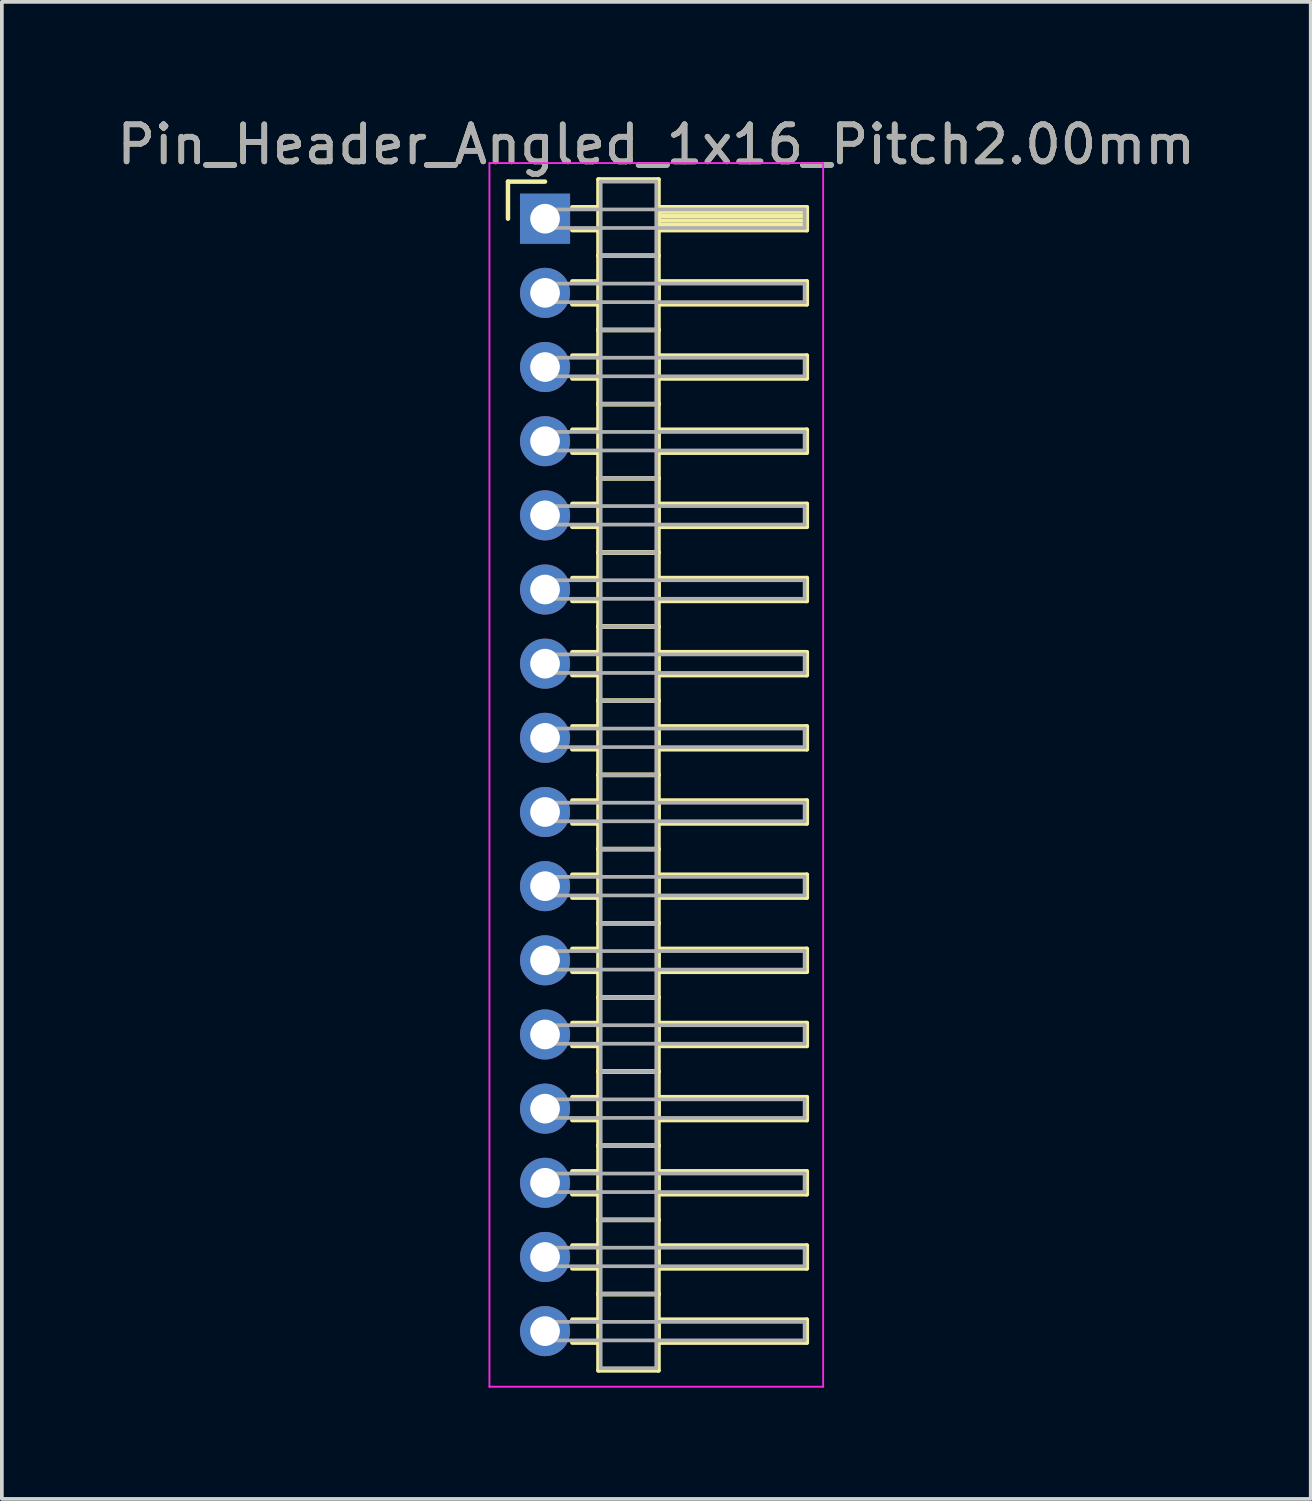
<source format=kicad_pcb>
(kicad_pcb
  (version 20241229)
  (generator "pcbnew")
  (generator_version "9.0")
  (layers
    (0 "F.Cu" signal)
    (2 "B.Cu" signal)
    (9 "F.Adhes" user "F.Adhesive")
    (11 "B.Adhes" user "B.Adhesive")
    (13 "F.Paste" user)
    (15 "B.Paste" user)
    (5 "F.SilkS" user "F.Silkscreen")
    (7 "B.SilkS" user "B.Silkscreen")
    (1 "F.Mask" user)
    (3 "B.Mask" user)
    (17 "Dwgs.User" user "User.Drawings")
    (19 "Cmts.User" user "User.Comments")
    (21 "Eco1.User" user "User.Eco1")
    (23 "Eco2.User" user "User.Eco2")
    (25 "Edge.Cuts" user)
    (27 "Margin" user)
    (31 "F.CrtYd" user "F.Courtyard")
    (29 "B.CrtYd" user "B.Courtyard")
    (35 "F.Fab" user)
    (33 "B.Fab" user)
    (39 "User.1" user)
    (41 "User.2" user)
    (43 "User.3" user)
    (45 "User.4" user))
  (footprint "Pin_Header_Angled_1x16_Pitch2.00mm"
    (layer "F.Cu")
    (at 11.649 2.848)
    (property "Reference" "Pin_Header_Angled_1x16_Pitch2.00mm" (at 3 -2 0) (layer "F.SilkS") (effects (font (size 1 1) (thickness 0.15))))
    (attr through_hole)
    (fp_line (start -1 -1) (end 0 -1) (stroke (width 0.12) (type solid)) (layer "F.SilkS"))
    (fp_line (start -1 0) (end -1 -1) (stroke (width 0.12) (type solid)) (layer "F.SilkS"))
    (fp_line (start 0.735 -0.31) (end 1.44 -0.31) (stroke (width 0.12) (type solid)) (layer "F.SilkS"))
    (fp_line (start 0.735 0.31) (end 1.44 0.31) (stroke (width 0.12) (type solid)) (layer "F.SilkS"))
    (fp_line (start 0.735 1.69) (end 1.44 1.69) (stroke (width 0.12) (type solid)) (layer "F.SilkS"))
    (fp_line (start 0.735 2.31) (end 1.44 2.31) (stroke (width 0.12) (type solid)) (layer "F.SilkS"))
    (fp_line (start 0.735 3.69) (end 1.44 3.69) (stroke (width 0.12) (type solid)) (layer "F.SilkS"))
    (fp_line (start 0.735 4.31) (end 1.44 4.31) (stroke (width 0.12) (type solid)) (layer "F.SilkS"))
    (fp_line (start 0.735 5.69) (end 1.44 5.69) (stroke (width 0.12) (type solid)) (layer "F.SilkS"))
    (fp_line (start 0.735 6.31) (end 1.44 6.31) (stroke (width 0.12) (type solid)) (layer "F.SilkS"))
    (fp_line (start 0.735 7.69) (end 1.44 7.69) (stroke (width 0.12) (type solid)) (layer "F.SilkS"))
    (fp_line (start 0.735 8.31) (end 1.44 8.31) (stroke (width 0.12) (type solid)) (layer "F.SilkS"))
    (fp_line (start 0.735 9.69) (end 1.44 9.69) (stroke (width 0.12) (type solid)) (layer "F.SilkS"))
    (fp_line (start 0.735 10.31) (end 1.44 10.31) (stroke (width 0.12) (type solid)) (layer "F.SilkS"))
    (fp_line (start 0.735 11.69) (end 1.44 11.69) (stroke (width 0.12) (type solid)) (layer "F.SilkS"))
    (fp_line (start 0.735 12.31) (end 1.44 12.31) (stroke (width 0.12) (type solid)) (layer "F.SilkS"))
    (fp_line (start 0.735 13.69) (end 1.44 13.69) (stroke (width 0.12) (type solid)) (layer "F.SilkS"))
    (fp_line (start 0.735 14.31) (end 1.44 14.31) (stroke (width 0.12) (type solid)) (layer "F.SilkS"))
    (fp_line (start 0.735 15.69) (end 1.44 15.69) (stroke (width 0.12) (type solid)) (layer "F.SilkS"))
    (fp_line (start 0.735 16.31) (end 1.44 16.31) (stroke (width 0.12) (type solid)) (layer "F.SilkS"))
    (fp_line (start 0.735 17.69) (end 1.44 17.69) (stroke (width 0.12) (type solid)) (layer "F.SilkS"))
    (fp_line (start 0.735 18.31) (end 1.44 18.31) (stroke (width 0.12) (type solid)) (layer "F.SilkS"))
    (fp_line (start 0.735 19.69) (end 1.44 19.69) (stroke (width 0.12) (type solid)) (layer "F.SilkS"))
    (fp_line (start 0.735 20.31) (end 1.44 20.31) (stroke (width 0.12) (type solid)) (layer "F.SilkS"))
    (fp_line (start 0.735 21.69) (end 1.44 21.69) (stroke (width 0.12) (type solid)) (layer "F.SilkS"))
    (fp_line (start 0.735 22.31) (end 1.44 22.31) (stroke (width 0.12) (type solid)) (layer "F.SilkS"))
    (fp_line (start 0.735 23.69) (end 1.44 23.69) (stroke (width 0.12) (type solid)) (layer "F.SilkS"))
    (fp_line (start 0.735 24.31) (end 1.44 24.31) (stroke (width 0.12) (type solid)) (layer "F.SilkS"))
    (fp_line (start 0.735 25.69) (end 1.44 25.69) (stroke (width 0.12) (type solid)) (layer "F.SilkS"))
    (fp_line (start 0.735 26.31) (end 1.44 26.31) (stroke (width 0.12) (type solid)) (layer "F.SilkS"))
    (fp_line (start 0.735 27.69) (end 1.44 27.69) (stroke (width 0.12) (type solid)) (layer "F.SilkS"))
    (fp_line (start 0.735 28.31) (end 1.44 28.31) (stroke (width 0.12) (type solid)) (layer "F.SilkS"))
    (fp_line (start 0.735 29.69) (end 1.44 29.69) (stroke (width 0.12) (type solid)) (layer "F.SilkS"))
    (fp_line (start 0.735 30.31) (end 1.44 30.31) (stroke (width 0.12) (type solid)) (layer "F.SilkS"))
    (fp_line (start 1.44 -1.06) (end 1.44 1) (stroke (width 0.12) (type solid)) (layer "F.SilkS"))
    (fp_line (start 1.44 1) (end 1.44 3) (stroke (width 0.12) (type solid)) (layer "F.SilkS"))
    (fp_line (start 1.44 1) (end 3.06 1) (stroke (width 0.12) (type solid)) (layer "F.SilkS"))
    (fp_line (start 1.44 3) (end 1.44 5) (stroke (width 0.12) (type solid)) (layer "F.SilkS"))
    (fp_line (start 1.44 3) (end 3.06 3) (stroke (width 0.12) (type solid)) (layer "F.SilkS"))
    (fp_line (start 1.44 5) (end 1.44 7) (stroke (width 0.12) (type solid)) (layer "F.SilkS"))
    (fp_line (start 1.44 5) (end 3.06 5) (stroke (width 0.12) (type solid)) (layer "F.SilkS"))
    (fp_line (start 1.44 7) (end 1.44 9) (stroke (width 0.12) (type solid)) (layer "F.SilkS"))
    (fp_line (start 1.44 7) (end 3.06 7) (stroke (width 0.12) (type solid)) (layer "F.SilkS"))
    (fp_line (start 1.44 9) (end 1.44 11) (stroke (width 0.12) (type solid)) (layer "F.SilkS"))
    (fp_line (start 1.44 9) (end 3.06 9) (stroke (width 0.12) (type solid)) (layer "F.SilkS"))
    (fp_line (start 1.44 11) (end 1.44 13) (stroke (width 0.12) (type solid)) (layer "F.SilkS"))
    (fp_line (start 1.44 11) (end 3.06 11) (stroke (width 0.12) (type solid)) (layer "F.SilkS"))
    (fp_line (start 1.44 13) (end 1.44 15) (stroke (width 0.12) (type solid)) (layer "F.SilkS"))
    (fp_line (start 1.44 13) (end 3.06 13) (stroke (width 0.12) (type solid)) (layer "F.SilkS"))
    (fp_line (start 1.44 15) (end 1.44 17) (stroke (width 0.12) (type solid)) (layer "F.SilkS"))
    (fp_line (start 1.44 15) (end 3.06 15) (stroke (width 0.12) (type solid)) (layer "F.SilkS"))
    (fp_line (start 1.44 17) (end 1.44 19) (stroke (width 0.12) (type solid)) (layer "F.SilkS"))
    (fp_line (start 1.44 17) (end 3.06 17) (stroke (width 0.12) (type solid)) (layer "F.SilkS"))
    (fp_line (start 1.44 19) (end 1.44 21) (stroke (width 0.12) (type solid)) (layer "F.SilkS"))
    (fp_line (start 1.44 19) (end 3.06 19) (stroke (width 0.12) (type solid)) (layer "F.SilkS"))
    (fp_line (start 1.44 21) (end 1.44 23) (stroke (width 0.12) (type solid)) (layer "F.SilkS"))
    (fp_line (start 1.44 21) (end 3.06 21) (stroke (width 0.12) (type solid)) (layer "F.SilkS"))
    (fp_line (start 1.44 23) (end 1.44 25) (stroke (width 0.12) (type solid)) (layer "F.SilkS"))
    (fp_line (start 1.44 23) (end 3.06 23) (stroke (width 0.12) (type solid)) (layer "F.SilkS"))
    (fp_line (start 1.44 25) (end 1.44 27) (stroke (width 0.12) (type solid)) (layer "F.SilkS"))
    (fp_line (start 1.44 25) (end 3.06 25) (stroke (width 0.12) (type solid)) (layer "F.SilkS"))
    (fp_line (start 1.44 27) (end 1.44 29) (stroke (width 0.12) (type solid)) (layer "F.SilkS"))
    (fp_line (start 1.44 27) (end 3.06 27) (stroke (width 0.12) (type solid)) (layer "F.SilkS"))
    (fp_line (start 1.44 29) (end 1.44 31.06) (stroke (width 0.12) (type solid)) (layer "F.SilkS"))
    (fp_line (start 1.44 29) (end 3.06 29) (stroke (width 0.12) (type solid)) (layer "F.SilkS"))
    (fp_line (start 1.44 31.06) (end 3.06 31.06) (stroke (width 0.12) (type solid)) (layer "F.SilkS"))
    (fp_line (start 3.06 -1.06) (end 1.44 -1.06) (stroke (width 0.12) (type solid)) (layer "F.SilkS"))
    (fp_line (start 3.06 -0.31) (end 3.06 0.31) (stroke (width 0.12) (type solid)) (layer "F.SilkS"))
    (fp_line (start 3.06 -0.19) (end 7.06 -0.19) (stroke (width 0.12) (type solid)) (layer "F.SilkS"))
    (fp_line (start 3.06 -0.07) (end 7.06 -0.07) (stroke (width 0.12) (type solid)) (layer "F.SilkS"))
    (fp_line (start 3.06 0.05) (end 7.06 0.05) (stroke (width 0.12) (type solid)) (layer "F.SilkS"))
    (fp_line (start 3.06 0.17) (end 7.06 0.17) (stroke (width 0.12) (type solid)) (layer "F.SilkS"))
    (fp_line (start 3.06 0.29) (end 7.06 0.29) (stroke (width 0.12) (type solid)) (layer "F.SilkS"))
    (fp_line (start 3.06 0.31) (end 7.06 0.31) (stroke (width 0.12) (type solid)) (layer "F.SilkS"))
    (fp_line (start 3.06 1) (end 1.44 1) (stroke (width 0.12) (type solid)) (layer "F.SilkS"))
    (fp_line (start 3.06 1) (end 3.06 -1.06) (stroke (width 0.12) (type solid)) (layer "F.SilkS"))
    (fp_line (start 3.06 1.69) (end 3.06 2.31) (stroke (width 0.12) (type solid)) (layer "F.SilkS"))
    (fp_line (start 3.06 2.31) (end 7.06 2.31) (stroke (width 0.12) (type solid)) (layer "F.SilkS"))
    (fp_line (start 3.06 3) (end 1.44 3) (stroke (width 0.12) (type solid)) (layer "F.SilkS"))
    (fp_line (start 3.06 3) (end 3.06 1) (stroke (width 0.12) (type solid)) (layer "F.SilkS"))
    (fp_line (start 3.06 3.69) (end 3.06 4.31) (stroke (width 0.12) (type solid)) (layer "F.SilkS"))
    (fp_line (start 3.06 4.31) (end 7.06 4.31) (stroke (width 0.12) (type solid)) (layer "F.SilkS"))
    (fp_line (start 3.06 5) (end 1.44 5) (stroke (width 0.12) (type solid)) (layer "F.SilkS"))
    (fp_line (start 3.06 5) (end 3.06 3) (stroke (width 0.12) (type solid)) (layer "F.SilkS"))
    (fp_line (start 3.06 5.69) (end 3.06 6.31) (stroke (width 0.12) (type solid)) (layer "F.SilkS"))
    (fp_line (start 3.06 6.31) (end 7.06 6.31) (stroke (width 0.12) (type solid)) (layer "F.SilkS"))
    (fp_line (start 3.06 7) (end 1.44 7) (stroke (width 0.12) (type solid)) (layer "F.SilkS"))
    (fp_line (start 3.06 7) (end 3.06 5) (stroke (width 0.12) (type solid)) (layer "F.SilkS"))
    (fp_line (start 3.06 7.69) (end 3.06 8.31) (stroke (width 0.12) (type solid)) (layer "F.SilkS"))
    (fp_line (start 3.06 8.31) (end 7.06 8.31) (stroke (width 0.12) (type solid)) (layer "F.SilkS"))
    (fp_line (start 3.06 9) (end 1.44 9) (stroke (width 0.12) (type solid)) (layer "F.SilkS"))
    (fp_line (start 3.06 9) (end 3.06 7) (stroke (width 0.12) (type solid)) (layer "F.SilkS"))
    (fp_line (start 3.06 9.69) (end 3.06 10.31) (stroke (width 0.12) (type solid)) (layer "F.SilkS"))
    (fp_line (start 3.06 10.31) (end 7.06 10.31) (stroke (width 0.12) (type solid)) (layer "F.SilkS"))
    (fp_line (start 3.06 11) (end 1.44 11) (stroke (width 0.12) (type solid)) (layer "F.SilkS"))
    (fp_line (start 3.06 11) (end 3.06 9) (stroke (width 0.12) (type solid)) (layer "F.SilkS"))
    (fp_line (start 3.06 11.69) (end 3.06 12.31) (stroke (width 0.12) (type solid)) (layer "F.SilkS"))
    (fp_line (start 3.06 12.31) (end 7.06 12.31) (stroke (width 0.12) (type solid)) (layer "F.SilkS"))
    (fp_line (start 3.06 13) (end 1.44 13) (stroke (width 0.12) (type solid)) (layer "F.SilkS"))
    (fp_line (start 3.06 13) (end 3.06 11) (stroke (width 0.12) (type solid)) (layer "F.SilkS"))
    (fp_line (start 3.06 13.69) (end 3.06 14.31) (stroke (width 0.12) (type solid)) (layer "F.SilkS"))
    (fp_line (start 3.06 14.31) (end 7.06 14.31) (stroke (width 0.12) (type solid)) (layer "F.SilkS"))
    (fp_line (start 3.06 15) (end 1.44 15) (stroke (width 0.12) (type solid)) (layer "F.SilkS"))
    (fp_line (start 3.06 15) (end 3.06 13) (stroke (width 0.12) (type solid)) (layer "F.SilkS"))
    (fp_line (start 3.06 15.69) (end 3.06 16.31) (stroke (width 0.12) (type solid)) (layer "F.SilkS"))
    (fp_line (start 3.06 16.31) (end 7.06 16.31) (stroke (width 0.12) (type solid)) (layer "F.SilkS"))
    (fp_line (start 3.06 17) (end 1.44 17) (stroke (width 0.12) (type solid)) (layer "F.SilkS"))
    (fp_line (start 3.06 17) (end 3.06 15) (stroke (width 0.12) (type solid)) (layer "F.SilkS"))
    (fp_line (start 3.06 17.69) (end 3.06 18.31) (stroke (width 0.12) (type solid)) (layer "F.SilkS"))
    (fp_line (start 3.06 18.31) (end 7.06 18.31) (stroke (width 0.12) (type solid)) (layer "F.SilkS"))
    (fp_line (start 3.06 19) (end 1.44 19) (stroke (width 0.12) (type solid)) (layer "F.SilkS"))
    (fp_line (start 3.06 19) (end 3.06 17) (stroke (width 0.12) (type solid)) (layer "F.SilkS"))
    (fp_line (start 3.06 19.69) (end 3.06 20.31) (stroke (width 0.12) (type solid)) (layer "F.SilkS"))
    (fp_line (start 3.06 20.31) (end 7.06 20.31) (stroke (width 0.12) (type solid)) (layer "F.SilkS"))
    (fp_line (start 3.06 21) (end 1.44 21) (stroke (width 0.12) (type solid)) (layer "F.SilkS"))
    (fp_line (start 3.06 21) (end 3.06 19) (stroke (width 0.12) (type solid)) (layer "F.SilkS"))
    (fp_line (start 3.06 21.69) (end 3.06 22.31) (stroke (width 0.12) (type solid)) (layer "F.SilkS"))
    (fp_line (start 3.06 22.31) (end 7.06 22.31) (stroke (width 0.12) (type solid)) (layer "F.SilkS"))
    (fp_line (start 3.06 23) (end 1.44 23) (stroke (width 0.12) (type solid)) (layer "F.SilkS"))
    (fp_line (start 3.06 23) (end 3.06 21) (stroke (width 0.12) (type solid)) (layer "F.SilkS"))
    (fp_line (start 3.06 23.69) (end 3.06 24.31) (stroke (width 0.12) (type solid)) (layer "F.SilkS"))
    (fp_line (start 3.06 24.31) (end 7.06 24.31) (stroke (width 0.12) (type solid)) (layer "F.SilkS"))
    (fp_line (start 3.06 25) (end 1.44 25) (stroke (width 0.12) (type solid)) (layer "F.SilkS"))
    (fp_line (start 3.06 25) (end 3.06 23) (stroke (width 0.12) (type solid)) (layer "F.SilkS"))
    (fp_line (start 3.06 25.69) (end 3.06 26.31) (stroke (width 0.12) (type solid)) (layer "F.SilkS"))
    (fp_line (start 3.06 26.31) (end 7.06 26.31) (stroke (width 0.12) (type solid)) (layer "F.SilkS"))
    (fp_line (start 3.06 27) (end 1.44 27) (stroke (width 0.12) (type solid)) (layer "F.SilkS"))
    (fp_line (start 3.06 27) (end 3.06 25) (stroke (width 0.12) (type solid)) (layer "F.SilkS"))
    (fp_line (start 3.06 27.69) (end 3.06 28.31) (stroke (width 0.12) (type solid)) (layer "F.SilkS"))
    (fp_line (start 3.06 28.31) (end 7.06 28.31) (stroke (width 0.12) (type solid)) (layer "F.SilkS"))
    (fp_line (start 3.06 29) (end 1.44 29) (stroke (width 0.12) (type solid)) (layer "F.SilkS"))
    (fp_line (start 3.06 29) (end 3.06 27) (stroke (width 0.12) (type solid)) (layer "F.SilkS"))
    (fp_line (start 3.06 29.69) (end 3.06 30.31) (stroke (width 0.12) (type solid)) (layer "F.SilkS"))
    (fp_line (start 3.06 30.31) (end 7.06 30.31) (stroke (width 0.12) (type solid)) (layer "F.SilkS"))
    (fp_line (start 3.06 31.06) (end 3.06 29) (stroke (width 0.12) (type solid)) (layer "F.SilkS"))
    (fp_line (start 7.06 -0.31) (end 3.06 -0.31) (stroke (width 0.12) (type solid)) (layer "F.SilkS"))
    (fp_line (start 7.06 0.31) (end 7.06 -0.31) (stroke (width 0.12) (type solid)) (layer "F.SilkS"))
    (fp_line (start 7.06 1.69) (end 3.06 1.69) (stroke (width 0.12) (type solid)) (layer "F.SilkS"))
    (fp_line (start 7.06 2.31) (end 7.06 1.69) (stroke (width 0.12) (type solid)) (layer "F.SilkS"))
    (fp_line (start 7.06 3.69) (end 3.06 3.69) (stroke (width 0.12) (type solid)) (layer "F.SilkS"))
    (fp_line (start 7.06 4.31) (end 7.06 3.69) (stroke (width 0.12) (type solid)) (layer "F.SilkS"))
    (fp_line (start 7.06 5.69) (end 3.06 5.69) (stroke (width 0.12) (type solid)) (layer "F.SilkS"))
    (fp_line (start 7.06 6.31) (end 7.06 5.69) (stroke (width 0.12) (type solid)) (layer "F.SilkS"))
    (fp_line (start 7.06 7.69) (end 3.06 7.69) (stroke (width 0.12) (type solid)) (layer "F.SilkS"))
    (fp_line (start 7.06 8.31) (end 7.06 7.69) (stroke (width 0.12) (type solid)) (layer "F.SilkS"))
    (fp_line (start 7.06 9.69) (end 3.06 9.69) (stroke (width 0.12) (type solid)) (layer "F.SilkS"))
    (fp_line (start 7.06 10.31) (end 7.06 9.69) (stroke (width 0.12) (type solid)) (layer "F.SilkS"))
    (fp_line (start 7.06 11.69) (end 3.06 11.69) (stroke (width 0.12) (type solid)) (layer "F.SilkS"))
    (fp_line (start 7.06 12.31) (end 7.06 11.69) (stroke (width 0.12) (type solid)) (layer "F.SilkS"))
    (fp_line (start 7.06 13.69) (end 3.06 13.69) (stroke (width 0.12) (type solid)) (layer "F.SilkS"))
    (fp_line (start 7.06 14.31) (end 7.06 13.69) (stroke (width 0.12) (type solid)) (layer "F.SilkS"))
    (fp_line (start 7.06 15.69) (end 3.06 15.69) (stroke (width 0.12) (type solid)) (layer "F.SilkS"))
    (fp_line (start 7.06 16.31) (end 7.06 15.69) (stroke (width 0.12) (type solid)) (layer "F.SilkS"))
    (fp_line (start 7.06 17.69) (end 3.06 17.69) (stroke (width 0.12) (type solid)) (layer "F.SilkS"))
    (fp_line (start 7.06 18.31) (end 7.06 17.69) (stroke (width 0.12) (type solid)) (layer "F.SilkS"))
    (fp_line (start 7.06 19.69) (end 3.06 19.69) (stroke (width 0.12) (type solid)) (layer "F.SilkS"))
    (fp_line (start 7.06 20.31) (end 7.06 19.69) (stroke (width 0.12) (type solid)) (layer "F.SilkS"))
    (fp_line (start 7.06 21.69) (end 3.06 21.69) (stroke (width 0.12) (type solid)) (layer "F.SilkS"))
    (fp_line (start 7.06 22.31) (end 7.06 21.69) (stroke (width 0.12) (type solid)) (layer "F.SilkS"))
    (fp_line (start 7.06 23.69) (end 3.06 23.69) (stroke (width 0.12) (type solid)) (layer "F.SilkS"))
    (fp_line (start 7.06 24.31) (end 7.06 23.69) (stroke (width 0.12) (type solid)) (layer "F.SilkS"))
    (fp_line (start 7.06 25.69) (end 3.06 25.69) (stroke (width 0.12) (type solid)) (layer "F.SilkS"))
    (fp_line (start 7.06 26.31) (end 7.06 25.69) (stroke (width 0.12) (type solid)) (layer "F.SilkS"))
    (fp_line (start 7.06 27.69) (end 3.06 27.69) (stroke (width 0.12) (type solid)) (layer "F.SilkS"))
    (fp_line (start 7.06 28.31) (end 7.06 27.69) (stroke (width 0.12) (type solid)) (layer "F.SilkS"))
    (fp_line (start 7.06 29.69) (end 3.06 29.69) (stroke (width 0.12) (type solid)) (layer "F.SilkS"))
    (fp_line (start 7.06 30.31) (end 7.06 29.69) (stroke (width 0.12) (type solid)) (layer "F.SilkS"))
    (fp_line (start -1.5 -1.5) (end -1.5 31.5) (stroke (width 0.05) (type solid)) (layer "F.CrtYd"))
    (fp_line (start -1.5 31.5) (end 7.5 31.5) (stroke (width 0.05) (type solid)) (layer "F.CrtYd"))
    (fp_line (start 7.5 -1.5) (end -1.5 -1.5) (stroke (width 0.05) (type solid)) (layer "F.CrtYd"))
    (fp_line (start 7.5 31.5) (end 7.5 -1.5) (stroke (width 0.05) (type solid)) (layer "F.CrtYd"))
    (fp_line (start 0 -0.25) (end 0 0.25) (stroke (width 0.1) (type solid)) (layer "F.Fab"))
    (fp_line (start 0 0.25) (end 7 0.25) (stroke (width 0.1) (type solid)) (layer "F.Fab"))
    (fp_line (start 0 1.75) (end 0 2.25) (stroke (width 0.1) (type solid)) (layer "F.Fab"))
    (fp_line (start 0 2.25) (end 7 2.25) (stroke (width 0.1) (type solid)) (layer "F.Fab"))
    (fp_line (start 0 3.75) (end 0 4.25) (stroke (width 0.1) (type solid)) (layer "F.Fab"))
    (fp_line (start 0 4.25) (end 7 4.25) (stroke (width 0.1) (type solid)) (layer "F.Fab"))
    (fp_line (start 0 5.75) (end 0 6.25) (stroke (width 0.1) (type solid)) (layer "F.Fab"))
    (fp_line (start 0 6.25) (end 7 6.25) (stroke (width 0.1) (type solid)) (layer "F.Fab"))
    (fp_line (start 0 7.75) (end 0 8.25) (stroke (width 0.1) (type solid)) (layer "F.Fab"))
    (fp_line (start 0 8.25) (end 7 8.25) (stroke (width 0.1) (type solid)) (layer "F.Fab"))
    (fp_line (start 0 9.75) (end 0 10.25) (stroke (width 0.1) (type solid)) (layer "F.Fab"))
    (fp_line (start 0 10.25) (end 7 10.25) (stroke (width 0.1) (type solid)) (layer "F.Fab"))
    (fp_line (start 0 11.75) (end 0 12.25) (stroke (width 0.1) (type solid)) (layer "F.Fab"))
    (fp_line (start 0 12.25) (end 7 12.25) (stroke (width 0.1) (type solid)) (layer "F.Fab"))
    (fp_line (start 0 13.75) (end 0 14.25) (stroke (width 0.1) (type solid)) (layer "F.Fab"))
    (fp_line (start 0 14.25) (end 7 14.25) (stroke (width 0.1) (type solid)) (layer "F.Fab"))
    (fp_line (start 0 15.75) (end 0 16.25) (stroke (width 0.1) (type solid)) (layer "F.Fab"))
    (fp_line (start 0 16.25) (end 7 16.25) (stroke (width 0.1) (type solid)) (layer "F.Fab"))
    (fp_line (start 0 17.75) (end 0 18.25) (stroke (width 0.1) (type solid)) (layer "F.Fab"))
    (fp_line (start 0 18.25) (end 7 18.25) (stroke (width 0.1) (type solid)) (layer "F.Fab"))
    (fp_line (start 0 19.75) (end 0 20.25) (stroke (width 0.1) (type solid)) (layer "F.Fab"))
    (fp_line (start 0 20.25) (end 7 20.25) (stroke (width 0.1) (type solid)) (layer "F.Fab"))
    (fp_line (start 0 21.75) (end 0 22.25) (stroke (width 0.1) (type solid)) (layer "F.Fab"))
    (fp_line (start 0 22.25) (end 7 22.25) (stroke (width 0.1) (type solid)) (layer "F.Fab"))
    (fp_line (start 0 23.75) (end 0 24.25) (stroke (width 0.1) (type solid)) (layer "F.Fab"))
    (fp_line (start 0 24.25) (end 7 24.25) (stroke (width 0.1) (type solid)) (layer "F.Fab"))
    (fp_line (start 0 25.75) (end 0 26.25) (stroke (width 0.1) (type solid)) (layer "F.Fab"))
    (fp_line (start 0 26.25) (end 7 26.25) (stroke (width 0.1) (type solid)) (layer "F.Fab"))
    (fp_line (start 0 27.75) (end 0 28.25) (stroke (width 0.1) (type solid)) (layer "F.Fab"))
    (fp_line (start 0 28.25) (end 7 28.25) (stroke (width 0.1) (type solid)) (layer "F.Fab"))
    (fp_line (start 0 29.75) (end 0 30.25) (stroke (width 0.1) (type solid)) (layer "F.Fab"))
    (fp_line (start 0 30.25) (end 7 30.25) (stroke (width 0.1) (type solid)) (layer "F.Fab"))
    (fp_line (start 1.5 -1) (end 1.5 1) (stroke (width 0.1) (type solid)) (layer "F.Fab"))
    (fp_line (start 1.5 1) (end 1.5 3) (stroke (width 0.1) (type solid)) (layer "F.Fab"))
    (fp_line (start 1.5 1) (end 3 1) (stroke (width 0.1) (type solid)) (layer "F.Fab"))
    (fp_line (start 1.5 3) (end 1.5 5) (stroke (width 0.1) (type solid)) (layer "F.Fab"))
    (fp_line (start 1.5 3) (end 3 3) (stroke (width 0.1) (type solid)) (layer "F.Fab"))
    (fp_line (start 1.5 5) (end 1.5 7) (stroke (width 0.1) (type solid)) (layer "F.Fab"))
    (fp_line (start 1.5 5) (end 3 5) (stroke (width 0.1) (type solid)) (layer "F.Fab"))
    (fp_line (start 1.5 7) (end 1.5 9) (stroke (width 0.1) (type solid)) (layer "F.Fab"))
    (fp_line (start 1.5 7) (end 3 7) (stroke (width 0.1) (type solid)) (layer "F.Fab"))
    (fp_line (start 1.5 9) (end 1.5 11) (stroke (width 0.1) (type solid)) (layer "F.Fab"))
    (fp_line (start 1.5 9) (end 3 9) (stroke (width 0.1) (type solid)) (layer "F.Fab"))
    (fp_line (start 1.5 11) (end 1.5 13) (stroke (width 0.1) (type solid)) (layer "F.Fab"))
    (fp_line (start 1.5 11) (end 3 11) (stroke (width 0.1) (type solid)) (layer "F.Fab"))
    (fp_line (start 1.5 13) (end 1.5 15) (stroke (width 0.1) (type solid)) (layer "F.Fab"))
    (fp_line (start 1.5 13) (end 3 13) (stroke (width 0.1) (type solid)) (layer "F.Fab"))
    (fp_line (start 1.5 15) (end 1.5 17) (stroke (width 0.1) (type solid)) (layer "F.Fab"))
    (fp_line (start 1.5 15) (end 3 15) (stroke (width 0.1) (type solid)) (layer "F.Fab"))
    (fp_line (start 1.5 17) (end 1.5 19) (stroke (width 0.1) (type solid)) (layer "F.Fab"))
    (fp_line (start 1.5 17) (end 3 17) (stroke (width 0.1) (type solid)) (layer "F.Fab"))
    (fp_line (start 1.5 19) (end 1.5 21) (stroke (width 0.1) (type solid)) (layer "F.Fab"))
    (fp_line (start 1.5 19) (end 3 19) (stroke (width 0.1) (type solid)) (layer "F.Fab"))
    (fp_line (start 1.5 21) (end 1.5 23) (stroke (width 0.1) (type solid)) (layer "F.Fab"))
    (fp_line (start 1.5 21) (end 3 21) (stroke (width 0.1) (type solid)) (layer "F.Fab"))
    (fp_line (start 1.5 23) (end 1.5 25) (stroke (width 0.1) (type solid)) (layer "F.Fab"))
    (fp_line (start 1.5 23) (end 3 23) (stroke (width 0.1) (type solid)) (layer "F.Fab"))
    (fp_line (start 1.5 25) (end 1.5 27) (stroke (width 0.1) (type solid)) (layer "F.Fab"))
    (fp_line (start 1.5 25) (end 3 25) (stroke (width 0.1) (type solid)) (layer "F.Fab"))
    (fp_line (start 1.5 27) (end 1.5 29) (stroke (width 0.1) (type solid)) (layer "F.Fab"))
    (fp_line (start 1.5 27) (end 3 27) (stroke (width 0.1) (type solid)) (layer "F.Fab"))
    (fp_line (start 1.5 29) (end 1.5 31) (stroke (width 0.1) (type solid)) (layer "F.Fab"))
    (fp_line (start 1.5 29) (end 3 29) (stroke (width 0.1) (type solid)) (layer "F.Fab"))
    (fp_line (start 1.5 31) (end 3 31) (stroke (width 0.1) (type solid)) (layer "F.Fab"))
    (fp_line (start 3 -1) (end 1.5 -1) (stroke (width 0.1) (type solid)) (layer "F.Fab"))
    (fp_line (start 3 1) (end 1.5 1) (stroke (width 0.1) (type solid)) (layer "F.Fab"))
    (fp_line (start 3 1) (end 3 -1) (stroke (width 0.1) (type solid)) (layer "F.Fab"))
    (fp_line (start 3 3) (end 1.5 3) (stroke (width 0.1) (type solid)) (layer "F.Fab"))
    (fp_line (start 3 3) (end 3 1) (stroke (width 0.1) (type solid)) (layer "F.Fab"))
    (fp_line (start 3 5) (end 1.5 5) (stroke (width 0.1) (type solid)) (layer "F.Fab"))
    (fp_line (start 3 5) (end 3 3) (stroke (width 0.1) (type solid)) (layer "F.Fab"))
    (fp_line (start 3 7) (end 1.5 7) (stroke (width 0.1) (type solid)) (layer "F.Fab"))
    (fp_line (start 3 7) (end 3 5) (stroke (width 0.1) (type solid)) (layer "F.Fab"))
    (fp_line (start 3 9) (end 1.5 9) (stroke (width 0.1) (type solid)) (layer "F.Fab"))
    (fp_line (start 3 9) (end 3 7) (stroke (width 0.1) (type solid)) (layer "F.Fab"))
    (fp_line (start 3 11) (end 1.5 11) (stroke (width 0.1) (type solid)) (layer "F.Fab"))
    (fp_line (start 3 11) (end 3 9) (stroke (width 0.1) (type solid)) (layer "F.Fab"))
    (fp_line (start 3 13) (end 1.5 13) (stroke (width 0.1) (type solid)) (layer "F.Fab"))
    (fp_line (start 3 13) (end 3 11) (stroke (width 0.1) (type solid)) (layer "F.Fab"))
    (fp_line (start 3 15) (end 1.5 15) (stroke (width 0.1) (type solid)) (layer "F.Fab"))
    (fp_line (start 3 15) (end 3 13) (stroke (width 0.1) (type solid)) (layer "F.Fab"))
    (fp_line (start 3 17) (end 1.5 17) (stroke (width 0.1) (type solid)) (layer "F.Fab"))
    (fp_line (start 3 17) (end 3 15) (stroke (width 0.1) (type solid)) (layer "F.Fab"))
    (fp_line (start 3 19) (end 1.5 19) (stroke (width 0.1) (type solid)) (layer "F.Fab"))
    (fp_line (start 3 19) (end 3 17) (stroke (width 0.1) (type solid)) (layer "F.Fab"))
    (fp_line (start 3 21) (end 1.5 21) (stroke (width 0.1) (type solid)) (layer "F.Fab"))
    (fp_line (start 3 21) (end 3 19) (stroke (width 0.1) (type solid)) (layer "F.Fab"))
    (fp_line (start 3 23) (end 1.5 23) (stroke (width 0.1) (type solid)) (layer "F.Fab"))
    (fp_line (start 3 23) (end 3 21) (stroke (width 0.1) (type solid)) (layer "F.Fab"))
    (fp_line (start 3 25) (end 1.5 25) (stroke (width 0.1) (type solid)) (layer "F.Fab"))
    (fp_line (start 3 25) (end 3 23) (stroke (width 0.1) (type solid)) (layer "F.Fab"))
    (fp_line (start 3 27) (end 1.5 27) (stroke (width 0.1) (type solid)) (layer "F.Fab"))
    (fp_line (start 3 27) (end 3 25) (stroke (width 0.1) (type solid)) (layer "F.Fab"))
    (fp_line (start 3 29) (end 1.5 29) (stroke (width 0.1) (type solid)) (layer "F.Fab"))
    (fp_line (start 3 29) (end 3 27) (stroke (width 0.1) (type solid)) (layer "F.Fab"))
    (fp_line (start 3 31) (end 3 29) (stroke (width 0.1) (type solid)) (layer "F.Fab"))
    (fp_line (start 7 -0.25) (end 0 -0.25) (stroke (width 0.1) (type solid)) (layer "F.Fab"))
    (fp_line (start 7 0.25) (end 7 -0.25) (stroke (width 0.1) (type solid)) (layer "F.Fab"))
    (fp_line (start 7 1.75) (end 0 1.75) (stroke (width 0.1) (type solid)) (layer "F.Fab"))
    (fp_line (start 7 2.25) (end 7 1.75) (stroke (width 0.1) (type solid)) (layer "F.Fab"))
    (fp_line (start 7 3.75) (end 0 3.75) (stroke (width 0.1) (type solid)) (layer "F.Fab"))
    (fp_line (start 7 4.25) (end 7 3.75) (stroke (width 0.1) (type solid)) (layer "F.Fab"))
    (fp_line (start 7 5.75) (end 0 5.75) (stroke (width 0.1) (type solid)) (layer "F.Fab"))
    (fp_line (start 7 6.25) (end 7 5.75) (stroke (width 0.1) (type solid)) (layer "F.Fab"))
    (fp_line (start 7 7.75) (end 0 7.75) (stroke (width 0.1) (type solid)) (layer "F.Fab"))
    (fp_line (start 7 8.25) (end 7 7.75) (stroke (width 0.1) (type solid)) (layer "F.Fab"))
    (fp_line (start 7 9.75) (end 0 9.75) (stroke (width 0.1) (type solid)) (layer "F.Fab"))
    (fp_line (start 7 10.25) (end 7 9.75) (stroke (width 0.1) (type solid)) (layer "F.Fab"))
    (fp_line (start 7 11.75) (end 0 11.75) (stroke (width 0.1) (type solid)) (layer "F.Fab"))
    (fp_line (start 7 12.25) (end 7 11.75) (stroke (width 0.1) (type solid)) (layer "F.Fab"))
    (fp_line (start 7 13.75) (end 0 13.75) (stroke (width 0.1) (type solid)) (layer "F.Fab"))
    (fp_line (start 7 14.25) (end 7 13.75) (stroke (width 0.1) (type solid)) (layer "F.Fab"))
    (fp_line (start 7 15.75) (end 0 15.75) (stroke (width 0.1) (type solid)) (layer "F.Fab"))
    (fp_line (start 7 16.25) (end 7 15.75) (stroke (width 0.1) (type solid)) (layer "F.Fab"))
    (fp_line (start 7 17.75) (end 0 17.75) (stroke (width 0.1) (type solid)) (layer "F.Fab"))
    (fp_line (start 7 18.25) (end 7 17.75) (stroke (width 0.1) (type solid)) (layer "F.Fab"))
    (fp_line (start 7 19.75) (end 0 19.75) (stroke (width 0.1) (type solid)) (layer "F.Fab"))
    (fp_line (start 7 20.25) (end 7 19.75) (stroke (width 0.1) (type solid)) (layer "F.Fab"))
    (fp_line (start 7 21.75) (end 0 21.75) (stroke (width 0.1) (type solid)) (layer "F.Fab"))
    (fp_line (start 7 22.25) (end 7 21.75) (stroke (width 0.1) (type solid)) (layer "F.Fab"))
    (fp_line (start 7 23.75) (end 0 23.75) (stroke (width 0.1) (type solid)) (layer "F.Fab"))
    (fp_line (start 7 24.25) (end 7 23.75) (stroke (width 0.1) (type solid)) (layer "F.Fab"))
    (fp_line (start 7 25.75) (end 0 25.75) (stroke (width 0.1) (type solid)) (layer "F.Fab"))
    (fp_line (start 7 26.25) (end 7 25.75) (stroke (width 0.1) (type solid)) (layer "F.Fab"))
    (fp_line (start 7 27.75) (end 0 27.75) (stroke (width 0.1) (type solid)) (layer "F.Fab"))
    (fp_line (start 7 28.25) (end 7 27.75) (stroke (width 0.1) (type solid)) (layer "F.Fab"))
    (fp_line (start 7 29.75) (end 0 29.75) (stroke (width 0.1) (type solid)) (layer "F.Fab"))
    (fp_line (start 7 30.25) (end 7 29.75) (stroke (width 0.1) (type solid)) (layer "F.Fab"))
    (fp_text user "${REFERENCE}" (at 3 -2 0) (layer "F.Fab") (effects (font (size 1 1) (thickness 0.15))))
    (pad "1" thru_hole rect (at 0 0) (size 1.35 1.35) (drill 0.8) (layers "*.Cu" "*.Mask"))
    (pad "2" thru_hole oval (at 0 2) (size 1.35 1.35) (drill 0.8) (layers "*.Cu" "*.Mask"))
    (pad "3" thru_hole oval (at 0 4) (size 1.35 1.35) (drill 0.8) (layers "*.Cu" "*.Mask"))
    (pad "4" thru_hole oval (at 0 6) (size 1.35 1.35) (drill 0.8) (layers "*.Cu" "*.Mask"))
    (pad "5" thru_hole oval (at 0 8) (size 1.35 1.35) (drill 0.8) (layers "*.Cu" "*.Mask"))
    (pad "6" thru_hole oval (at 0 10) (size 1.35 1.35) (drill 0.8) (layers "*.Cu" "*.Mask"))
    (pad "7" thru_hole oval (at 0 12) (size 1.35 1.35) (drill 0.8) (layers "*.Cu" "*.Mask"))
    (pad "8" thru_hole oval (at 0 14) (size 1.35 1.35) (drill 0.8) (layers "*.Cu" "*.Mask"))
    (pad "9" thru_hole oval (at 0 16) (size 1.35 1.35) (drill 0.8) (layers "*.Cu" "*.Mask"))
    (pad "10" thru_hole oval (at 0 18) (size 1.35 1.35) (drill 0.8) (layers "*.Cu" "*.Mask"))
    (pad "11" thru_hole oval (at 0 20) (size 1.35 1.35) (drill 0.8) (layers "*.Cu" "*.Mask"))
    (pad "12" thru_hole oval (at 0 22) (size 1.35 1.35) (drill 0.8) (layers "*.Cu" "*.Mask"))
    (pad "13" thru_hole oval (at 0 24) (size 1.35 1.35) (drill 0.8) (layers "*.Cu" "*.Mask"))
    (pad "14" thru_hole oval (at 0 26) (size 1.35 1.35) (drill 0.8) (layers "*.Cu" "*.Mask"))
    (pad "15" thru_hole oval (at 0 28) (size 1.35 1.35) (drill 0.8) (layers "*.Cu" "*.Mask"))
    (pad "16" thru_hole oval (at 0 30) (size 1.35 1.35) (drill 0.8) (layers "*.Cu" "*.Mask")))
  (gr_rect
    (start -3 -3)
    (end 32.298 37.373)
    (stroke (width 0.1) (type default))
    (fill no)
    (layer "Edge.Cuts")))
</source>
